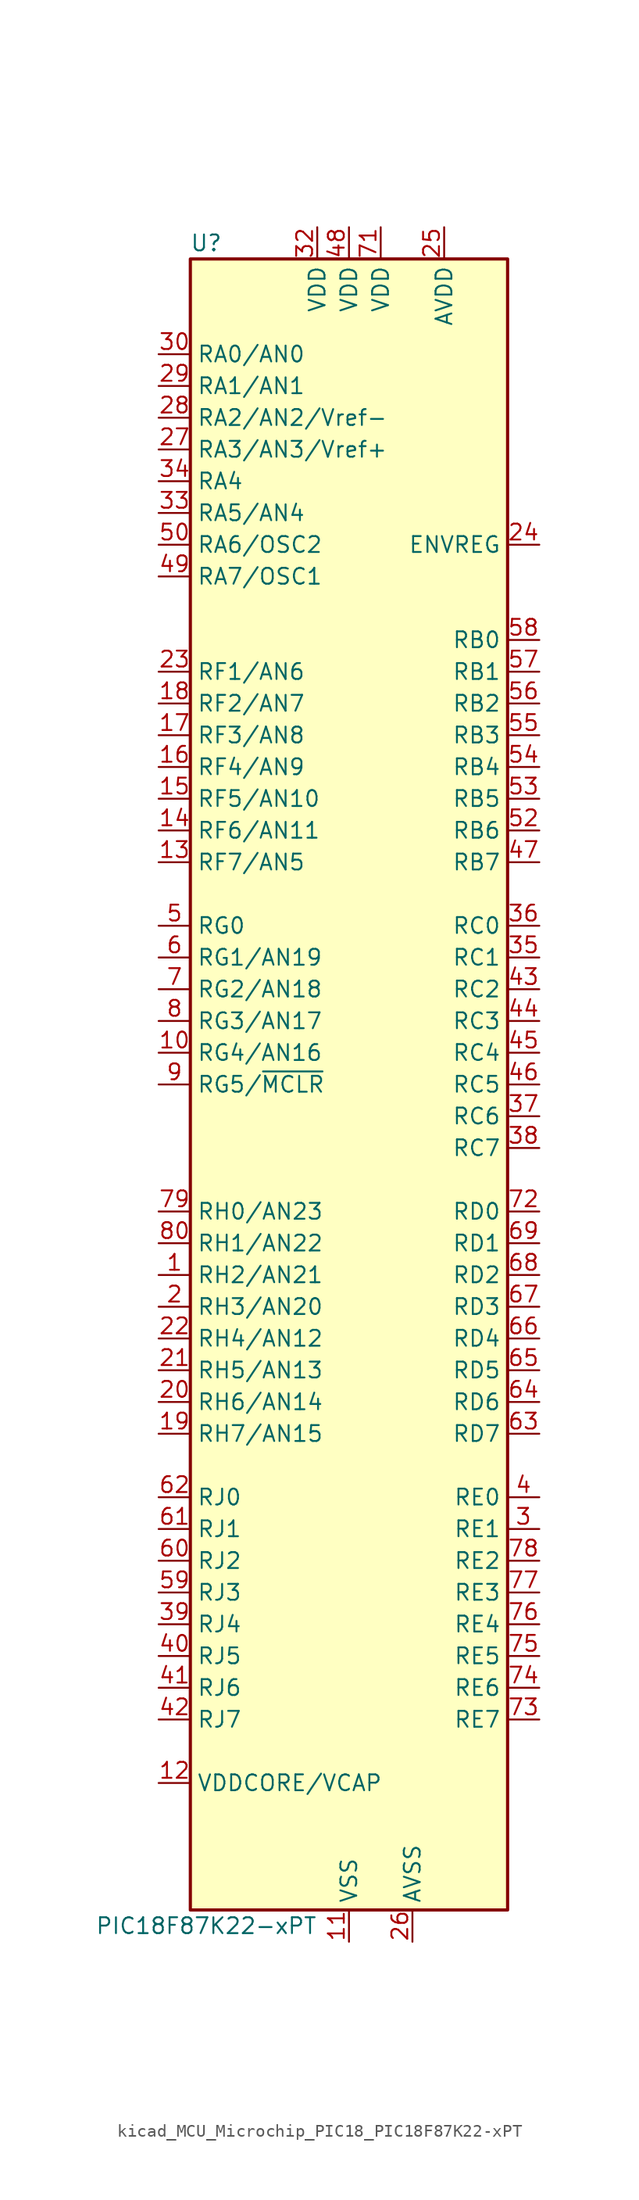
<source format=kicad_sym>
(kicad_symbol_lib
  (version 20220914)
  (generator kicad_symbol_editor)
  (symbol "kicad_MCU_Microchip_PIC18_PIC18F87K22-xPT"
    (property "Reference" "U"
      (at -11.43 67.31 0)
      (effects (font (size 1.27 1.27))))
    (property "Value" "PIC18F87K22-xPT"
      (at -11.43 -67.31 0)
      (effects (font (size 1.27 1.27))))
    (symbol "kicad_MCU_Microchip_PIC18_PIC18F87K22-xPT_0_1"
      (rectangle (start -12.7 66.04) (end 12.7 -66.04) (stroke (width 0.254) (type default)) (fill (type background))))
    (symbol "kicad_MCU_Microchip_PIC18_PIC18F87K22-xPT_1_1"
      (pin bidirectional line (at -15.24 -15.24 0) (length 2.54) (name "RH2/AN21" (effects (font (size 1.27 1.27)))) (number "1" (effects (font (size 1.27 1.27)))))
      (pin bidirectional line (at -15.24 2.54 0) (length 2.54) (name "RG4/AN16" (effects (font (size 1.27 1.27)))) (number "10" (effects (font (size 1.27 1.27)))))
      (pin power_in line (at 0 -68.58 90) (length 2.54) (name "VSS" (effects (font (size 1.27 1.27)))) (number "11" (effects (font (size 1.27 1.27)))))
      (pin passive line (at -15.24 -55.88 0) (length 2.54) (name "VDDCORE/VCAP" (effects (font (size 1.27 1.27)))) (number "12" (effects (font (size 1.27 1.27)))))
      (pin bidirectional line (at -15.24 17.78 0) (length 2.54) (name "RF7/AN5" (effects (font (size 1.27 1.27)))) (number "13" (effects (font (size 1.27 1.27)))))
      (pin bidirectional line (at -15.24 20.32 0) (length 2.54) (name "RF6/AN11" (effects (font (size 1.27 1.27)))) (number "14" (effects (font (size 1.27 1.27)))))
      (pin bidirectional line (at -15.24 22.86 0) (length 2.54) (name "RF5/AN10" (effects (font (size 1.27 1.27)))) (number "15" (effects (font (size 1.27 1.27)))))
      (pin bidirectional line (at -15.24 25.4 0) (length 2.54) (name "RF4/AN9" (effects (font (size 1.27 1.27)))) (number "16" (effects (font (size 1.27 1.27)))))
      (pin bidirectional line (at -15.24 27.94 0) (length 2.54) (name "RF3/AN8" (effects (font (size 1.27 1.27)))) (number "17" (effects (font (size 1.27 1.27)))))
      (pin bidirectional line (at -15.24 30.48 0) (length 2.54) (name "RF2/AN7" (effects (font (size 1.27 1.27)))) (number "18" (effects (font (size 1.27 1.27)))))
      (pin bidirectional line (at -15.24 -27.94 0) (length 2.54) (name "RH7/AN15" (effects (font (size 1.27 1.27)))) (number "19" (effects (font (size 1.27 1.27)))))
      (pin bidirectional line (at -15.24 -17.78 0) (length 2.54) (name "RH3/AN20" (effects (font (size 1.27 1.27)))) (number "2" (effects (font (size 1.27 1.27)))))
      (pin bidirectional line (at -15.24 -25.4 0) (length 2.54) (name "RH6/AN14" (effects (font (size 1.27 1.27)))) (number "20" (effects (font (size 1.27 1.27)))))
      (pin bidirectional line (at -15.24 -22.86 0) (length 2.54) (name "RH5/AN13" (effects (font (size 1.27 1.27)))) (number "21" (effects (font (size 1.27 1.27)))))
      (pin bidirectional line (at -15.24 -20.32 0) (length 2.54) (name "RH4/AN12" (effects (font (size 1.27 1.27)))) (number "22" (effects (font (size 1.27 1.27)))))
      (pin bidirectional line (at -15.24 33.02 0) (length 2.54) (name "RF1/AN6" (effects (font (size 1.27 1.27)))) (number "23" (effects (font (size 1.27 1.27)))))
      (pin input line (at 15.24 43.18 180) (length 2.54) (name "ENVREG" (effects (font (size 1.27 1.27)))) (number "24" (effects (font (size 1.27 1.27)))))
      (pin power_in line (at 7.62 68.58 270) (length 2.54) (name "AVDD" (effects (font (size 1.27 1.27)))) (number "25" (effects (font (size 1.27 1.27)))))
      (pin power_in line (at 5.08 -68.58 90) (length 2.54) (name "AVSS" (effects (font (size 1.27 1.27)))) (number "26" (effects (font (size 1.27 1.27)))))
      (pin bidirectional line (at -15.24 50.8 0) (length 2.54) (name "RA3/AN3/Vref+" (effects (font (size 1.27 1.27)))) (number "27" (effects (font (size 1.27 1.27)))))
      (pin bidirectional line (at -15.24 53.34 0) (length 2.54) (name "RA2/AN2/Vref-" (effects (font (size 1.27 1.27)))) (number "28" (effects (font (size 1.27 1.27)))))
      (pin bidirectional line (at -15.24 55.88 0) (length 2.54) (name "RA1/AN1" (effects (font (size 1.27 1.27)))) (number "29" (effects (font (size 1.27 1.27)))))
      (pin bidirectional line (at 15.24 -35.56 180) (length 2.54) (name "RE1" (effects (font (size 1.27 1.27)))) (number "3" (effects (font (size 1.27 1.27)))))
      (pin bidirectional line (at -15.24 58.42 0) (length 2.54) (name "RA0/AN0" (effects (font (size 1.27 1.27)))) (number "30" (effects (font (size 1.27 1.27)))))
      (pin passive line (at 0 -68.58 90) (length 2.54) hide (name "VSS" (effects (font (size 1.27 1.27)))) (number "31" (effects (font (size 1.27 1.27)))))
      (pin power_in line (at -2.54 68.58 270) (length 2.54) (name "VDD" (effects (font (size 1.27 1.27)))) (number "32" (effects (font (size 1.27 1.27)))))
      (pin bidirectional line (at -15.24 45.72 0) (length 2.54) (name "RA5/AN4" (effects (font (size 1.27 1.27)))) (number "33" (effects (font (size 1.27 1.27)))))
      (pin bidirectional line (at -15.24 48.26 0) (length 2.54) (name "RA4" (effects (font (size 1.27 1.27)))) (number "34" (effects (font (size 1.27 1.27)))))
      (pin bidirectional line (at 15.24 10.16 180) (length 2.54) (name "RC1" (effects (font (size 1.27 1.27)))) (number "35" (effects (font (size 1.27 1.27)))))
      (pin bidirectional line (at 15.24 12.7 180) (length 2.54) (name "RC0" (effects (font (size 1.27 1.27)))) (number "36" (effects (font (size 1.27 1.27)))))
      (pin bidirectional line (at 15.24 -2.54 180) (length 2.54) (name "RC6" (effects (font (size 1.27 1.27)))) (number "37" (effects (font (size 1.27 1.27)))))
      (pin bidirectional line (at 15.24 -5.08 180) (length 2.54) (name "RC7" (effects (font (size 1.27 1.27)))) (number "38" (effects (font (size 1.27 1.27)))))
      (pin bidirectional line (at -15.24 -43.18 0) (length 2.54) (name "RJ4" (effects (font (size 1.27 1.27)))) (number "39" (effects (font (size 1.27 1.27)))))
      (pin bidirectional line (at 15.24 -33.02 180) (length 2.54) (name "RE0" (effects (font (size 1.27 1.27)))) (number "4" (effects (font (size 1.27 1.27)))))
      (pin bidirectional line (at -15.24 -45.72 0) (length 2.54) (name "RJ5" (effects (font (size 1.27 1.27)))) (number "40" (effects (font (size 1.27 1.27)))))
      (pin bidirectional line (at -15.24 -48.26 0) (length 2.54) (name "RJ6" (effects (font (size 1.27 1.27)))) (number "41" (effects (font (size 1.27 1.27)))))
      (pin bidirectional line (at -15.24 -50.8 0) (length 2.54) (name "RJ7" (effects (font (size 1.27 1.27)))) (number "42" (effects (font (size 1.27 1.27)))))
      (pin bidirectional line (at 15.24 7.62 180) (length 2.54) (name "RC2" (effects (font (size 1.27 1.27)))) (number "43" (effects (font (size 1.27 1.27)))))
      (pin bidirectional line (at 15.24 5.08 180) (length 2.54) (name "RC3" (effects (font (size 1.27 1.27)))) (number "44" (effects (font (size 1.27 1.27)))))
      (pin bidirectional line (at 15.24 2.54 180) (length 2.54) (name "RC4" (effects (font (size 1.27 1.27)))) (number "45" (effects (font (size 1.27 1.27)))))
      (pin bidirectional line (at 15.24 0 180) (length 2.54) (name "RC5" (effects (font (size 1.27 1.27)))) (number "46" (effects (font (size 1.27 1.27)))))
      (pin bidirectional line (at 15.24 17.78 180) (length 2.54) (name "RB7" (effects (font (size 1.27 1.27)))) (number "47" (effects (font (size 1.27 1.27)))))
      (pin power_in line (at 0 68.58 270) (length 2.54) (name "VDD" (effects (font (size 1.27 1.27)))) (number "48" (effects (font (size 1.27 1.27)))))
      (pin bidirectional line (at -15.24 40.64 0) (length 2.54) (name "RA7/OSC1" (effects (font (size 1.27 1.27)))) (number "49" (effects (font (size 1.27 1.27)))))
      (pin bidirectional line (at -15.24 12.7 0) (length 2.54) (name "RG0" (effects (font (size 1.27 1.27)))) (number "5" (effects (font (size 1.27 1.27)))))
      (pin bidirectional line (at -15.24 43.18 0) (length 2.54) (name "RA6/OSC2" (effects (font (size 1.27 1.27)))) (number "50" (effects (font (size 1.27 1.27)))))
      (pin passive line (at 0 -68.58 90) (length 2.54) hide (name "VSS" (effects (font (size 1.27 1.27)))) (number "51" (effects (font (size 1.27 1.27)))))
      (pin bidirectional line (at 15.24 20.32 180) (length 2.54) (name "RB6" (effects (font (size 1.27 1.27)))) (number "52" (effects (font (size 1.27 1.27)))))
      (pin bidirectional line (at 15.24 22.86 180) (length 2.54) (name "RB5" (effects (font (size 1.27 1.27)))) (number "53" (effects (font (size 1.27 1.27)))))
      (pin bidirectional line (at 15.24 25.4 180) (length 2.54) (name "RB4" (effects (font (size 1.27 1.27)))) (number "54" (effects (font (size 1.27 1.27)))))
      (pin bidirectional line (at 15.24 27.94 180) (length 2.54) (name "RB3" (effects (font (size 1.27 1.27)))) (number "55" (effects (font (size 1.27 1.27)))))
      (pin bidirectional line (at 15.24 30.48 180) (length 2.54) (name "RB2" (effects (font (size 1.27 1.27)))) (number "56" (effects (font (size 1.27 1.27)))))
      (pin bidirectional line (at 15.24 33.02 180) (length 2.54) (name "RB1" (effects (font (size 1.27 1.27)))) (number "57" (effects (font (size 1.27 1.27)))))
      (pin bidirectional line (at 15.24 35.56 180) (length 2.54) (name "RB0" (effects (font (size 1.27 1.27)))) (number "58" (effects (font (size 1.27 1.27)))))
      (pin bidirectional line (at -15.24 -40.64 0) (length 2.54) (name "RJ3" (effects (font (size 1.27 1.27)))) (number "59" (effects (font (size 1.27 1.27)))))
      (pin bidirectional line (at -15.24 10.16 0) (length 2.54) (name "RG1/AN19" (effects (font (size 1.27 1.27)))) (number "6" (effects (font (size 1.27 1.27)))))
      (pin bidirectional line (at -15.24 -38.1 0) (length 2.54) (name "RJ2" (effects (font (size 1.27 1.27)))) (number "60" (effects (font (size 1.27 1.27)))))
      (pin bidirectional line (at -15.24 -35.56 0) (length 2.54) (name "RJ1" (effects (font (size 1.27 1.27)))) (number "61" (effects (font (size 1.27 1.27)))))
      (pin bidirectional line (at -15.24 -33.02 0) (length 2.54) (name "RJ0" (effects (font (size 1.27 1.27)))) (number "62" (effects (font (size 1.27 1.27)))))
      (pin bidirectional line (at 15.24 -27.94 180) (length 2.54) (name "RD7" (effects (font (size 1.27 1.27)))) (number "63" (effects (font (size 1.27 1.27)))))
      (pin bidirectional line (at 15.24 -25.4 180) (length 2.54) (name "RD6" (effects (font (size 1.27 1.27)))) (number "64" (effects (font (size 1.27 1.27)))))
      (pin bidirectional line (at 15.24 -22.86 180) (length 2.54) (name "RD5" (effects (font (size 1.27 1.27)))) (number "65" (effects (font (size 1.27 1.27)))))
      (pin bidirectional line (at 15.24 -20.32 180) (length 2.54) (name "RD4" (effects (font (size 1.27 1.27)))) (number "66" (effects (font (size 1.27 1.27)))))
      (pin bidirectional line (at 15.24 -17.78 180) (length 2.54) (name "RD3" (effects (font (size 1.27 1.27)))) (number "67" (effects (font (size 1.27 1.27)))))
      (pin bidirectional line (at 15.24 -15.24 180) (length 2.54) (name "RD2" (effects (font (size 1.27 1.27)))) (number "68" (effects (font (size 1.27 1.27)))))
      (pin bidirectional line (at 15.24 -12.7 180) (length 2.54) (name "RD1" (effects (font (size 1.27 1.27)))) (number "69" (effects (font (size 1.27 1.27)))))
      (pin bidirectional line (at -15.24 7.62 0) (length 2.54) (name "RG2/AN18" (effects (font (size 1.27 1.27)))) (number "7" (effects (font (size 1.27 1.27)))))
      (pin passive line (at 0 -68.58 90) (length 2.54) hide (name "VSS" (effects (font (size 1.27 1.27)))) (number "70" (effects (font (size 1.27 1.27)))))
      (pin power_in line (at 2.54 68.58 270) (length 2.54) (name "VDD" (effects (font (size 1.27 1.27)))) (number "71" (effects (font (size 1.27 1.27)))))
      (pin bidirectional line (at 15.24 -10.16 180) (length 2.54) (name "RD0" (effects (font (size 1.27 1.27)))) (number "72" (effects (font (size 1.27 1.27)))))
      (pin bidirectional line (at 15.24 -50.8 180) (length 2.54) (name "RE7" (effects (font (size 1.27 1.27)))) (number "73" (effects (font (size 1.27 1.27)))))
      (pin bidirectional line (at 15.24 -48.26 180) (length 2.54) (name "RE6" (effects (font (size 1.27 1.27)))) (number "74" (effects (font (size 1.27 1.27)))))
      (pin bidirectional line (at 15.24 -45.72 180) (length 2.54) (name "RE5" (effects (font (size 1.27 1.27)))) (number "75" (effects (font (size 1.27 1.27)))))
      (pin bidirectional line (at 15.24 -43.18 180) (length 2.54) (name "RE4" (effects (font (size 1.27 1.27)))) (number "76" (effects (font (size 1.27 1.27)))))
      (pin bidirectional line (at 15.24 -40.64 180) (length 2.54) (name "RE3" (effects (font (size 1.27 1.27)))) (number "77" (effects (font (size 1.27 1.27)))))
      (pin bidirectional line (at 15.24 -38.1 180) (length 2.54) (name "RE2" (effects (font (size 1.27 1.27)))) (number "78" (effects (font (size 1.27 1.27)))))
      (pin bidirectional line (at -15.24 -10.16 0) (length 2.54) (name "RH0/AN23" (effects (font (size 1.27 1.27)))) (number "79" (effects (font (size 1.27 1.27)))))
      (pin bidirectional line (at -15.24 5.08 0) (length 2.54) (name "RG3/AN17" (effects (font (size 1.27 1.27)))) (number "8" (effects (font (size 1.27 1.27)))))
      (pin bidirectional line (at -15.24 -12.7 0) (length 2.54) (name "RH1/AN22" (effects (font (size 1.27 1.27)))) (number "80" (effects (font (size 1.27 1.27)))))
      (pin bidirectional line (at -15.24 0 0) (length 2.54) (name "RG5/~{MCLR}" (effects (font (size 1.27 1.27)))) (number "9" (effects (font (size 1.27 1.27))))))))
</source>
